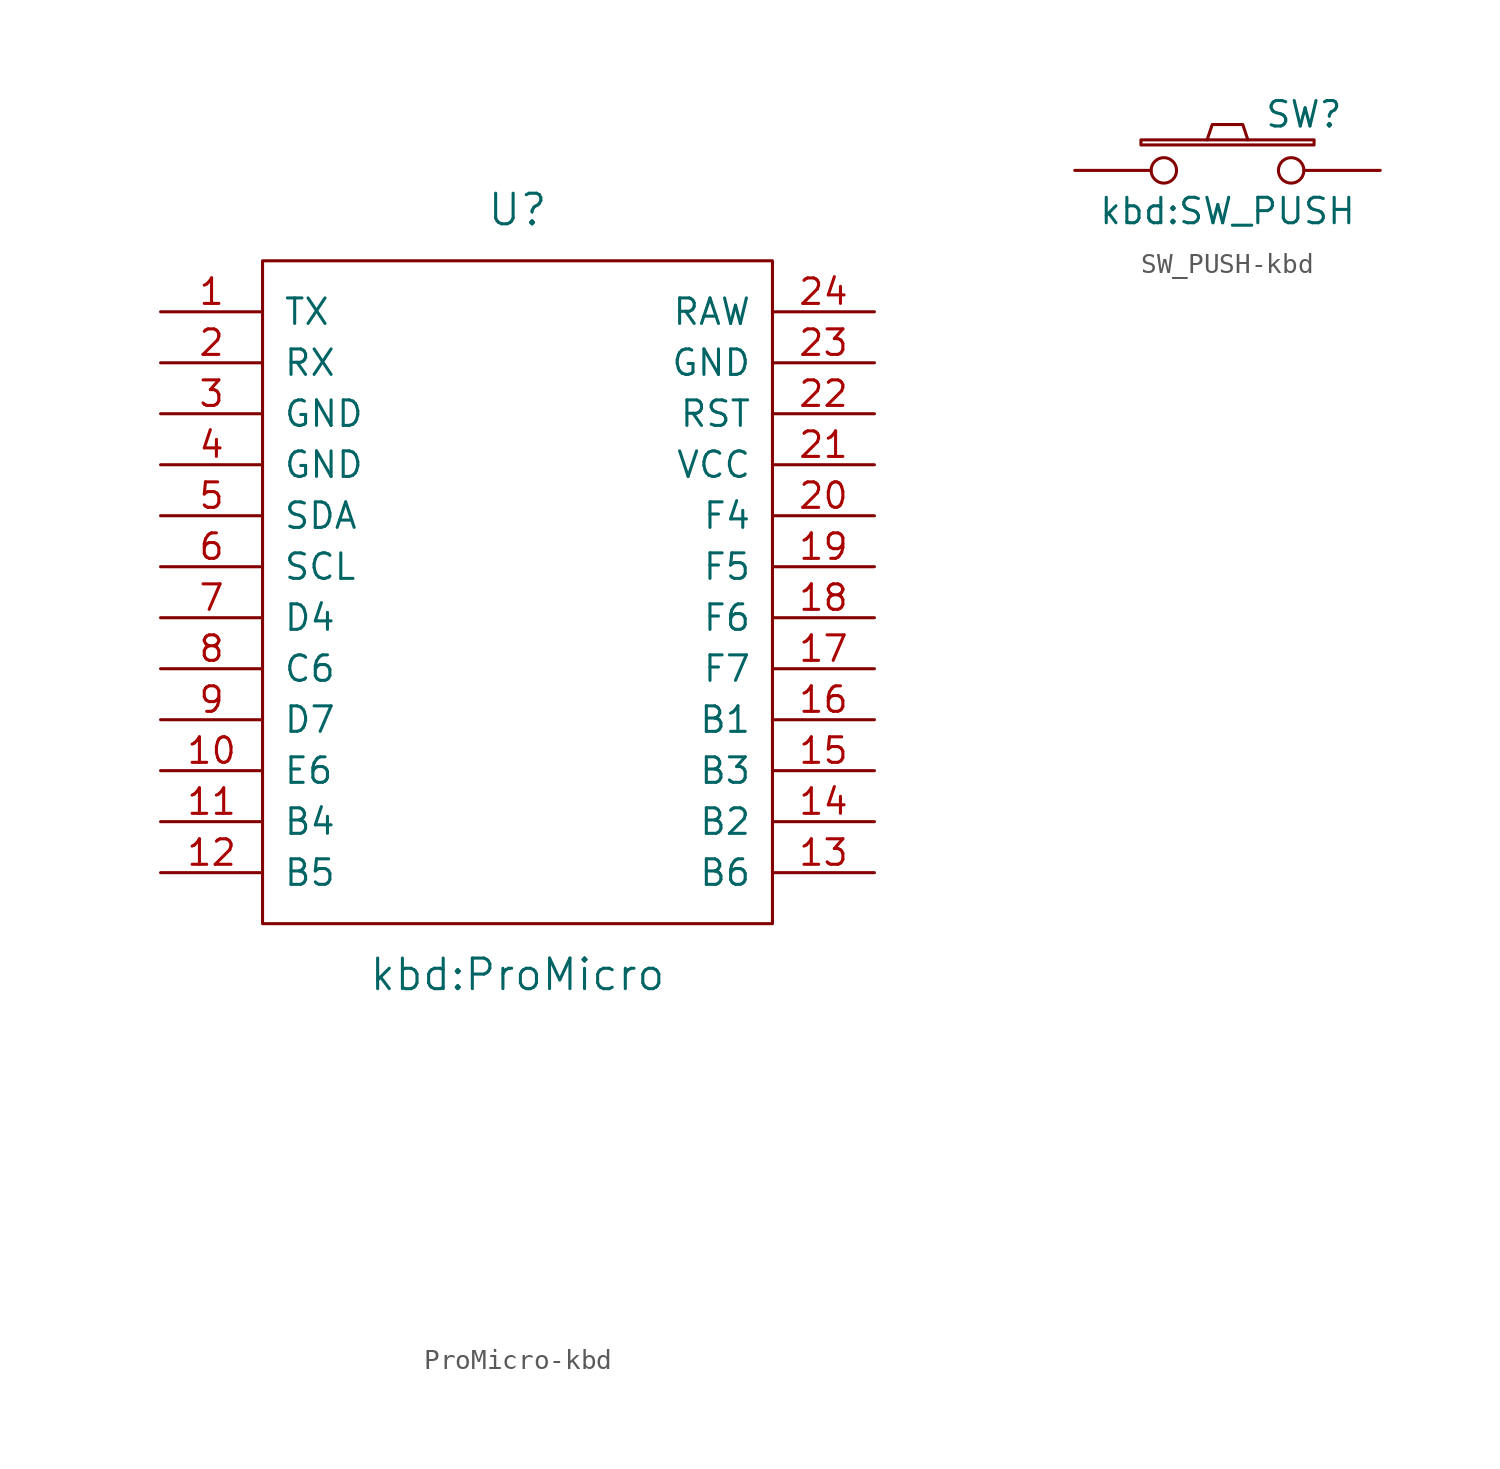
<source format=kicad_sym>
(kicad_symbol_lib
  (version 20220914)
  (generator kicad_symbol_editor)
  (symbol "ProMicro-kbd"
    (pin_names
      (offset 1.016))
    (property "Reference" "U"
      (at 0 24.13 0)
      (effects (font (size 1.524 1.524))))
    (property "Value" "kbd:ProMicro"
      (at 0 -13.97 0)
      (effects (font (size 1.524 1.524))))
    (property "Footprint" ""
      (at 2.54 -26.67 0)
      (effects (font (size 1.524 1.524))))
    (property "Datasheet" ""
      (at 2.54 -26.67 0)
      (effects (font (size 1.524 1.524))))
    (symbol "ProMicro-kbd_0_1"
      (rectangle (start -12.7 21.59) (end 12.7 -11.43) (stroke (width 0) (type solid)) (fill (type none))))
    (symbol "ProMicro-kbd_1_1"
      (pin bidirectional line (at -17.78 19.05 0) (length 5.08) (name "TX" (effects (font (size 1.27 1.27)))) (number "1" (effects (font (size 1.27 1.27)))))
      (pin bidirectional line (at -17.78 -3.81 0) (length 5.08) (name "E6" (effects (font (size 1.27 1.27)))) (number "10" (effects (font (size 1.27 1.27)))))
      (pin bidirectional line (at -17.78 -6.35 0) (length 5.08) (name "B4" (effects (font (size 1.27 1.27)))) (number "11" (effects (font (size 1.27 1.27)))))
      (pin bidirectional line (at -17.78 -8.89 0) (length 5.08) (name "B5" (effects (font (size 1.27 1.27)))) (number "12" (effects (font (size 1.27 1.27)))))
      (pin bidirectional line (at 17.78 -8.89 180) (length 5.08) (name "B6" (effects (font (size 1.27 1.27)))) (number "13" (effects (font (size 1.27 1.27)))))
      (pin bidirectional line (at 17.78 -6.35 180) (length 5.08) (name "B2" (effects (font (size 1.27 1.27)))) (number "14" (effects (font (size 1.27 1.27)))))
      (pin bidirectional line (at 17.78 -3.81 180) (length 5.08) (name "B3" (effects (font (size 1.27 1.27)))) (number "15" (effects (font (size 1.27 1.27)))))
      (pin bidirectional line (at 17.78 -1.27 180) (length 5.08) (name "B1" (effects (font (size 1.27 1.27)))) (number "16" (effects (font (size 1.27 1.27)))))
      (pin bidirectional line (at 17.78 1.27 180) (length 5.08) (name "F7" (effects (font (size 1.27 1.27)))) (number "17" (effects (font (size 1.27 1.27)))))
      (pin bidirectional line (at 17.78 3.81 180) (length 5.08) (name "F6" (effects (font (size 1.27 1.27)))) (number "18" (effects (font (size 1.27 1.27)))))
      (pin bidirectional line (at 17.78 6.35 180) (length 5.08) (name "F5" (effects (font (size 1.27 1.27)))) (number "19" (effects (font (size 1.27 1.27)))))
      (pin bidirectional line (at -17.78 16.51 0) (length 5.08) (name "RX" (effects (font (size 1.27 1.27)))) (number "2" (effects (font (size 1.27 1.27)))))
      (pin bidirectional line (at 17.78 8.89 180) (length 5.08) (name "F4" (effects (font (size 1.27 1.27)))) (number "20" (effects (font (size 1.27 1.27)))))
      (pin power_in line (at 17.78 11.43 180) (length 5.08) (name "VCC" (effects (font (size 1.27 1.27)))) (number "21" (effects (font (size 1.27 1.27)))))
      (pin input line (at 17.78 13.97 180) (length 5.08) (name "RST" (effects (font (size 1.27 1.27)))) (number "22" (effects (font (size 1.27 1.27)))))
      (pin power_in line (at 17.78 16.51 180) (length 5.08) (name "GND" (effects (font (size 1.27 1.27)))) (number "23" (effects (font (size 1.27 1.27)))))
      (pin power_out line (at 17.78 19.05 180) (length 5.08) (name "RAW" (effects (font (size 1.27 1.27)))) (number "24" (effects (font (size 1.27 1.27)))))
      (pin power_in line (at -17.78 13.97 0) (length 5.08) (name "GND" (effects (font (size 1.27 1.27)))) (number "3" (effects (font (size 1.27 1.27)))))
      (pin power_in line (at -17.78 11.43 0) (length 5.08) (name "GND" (effects (font (size 1.27 1.27)))) (number "4" (effects (font (size 1.27 1.27)))))
      (pin bidirectional line (at -17.78 8.89 0) (length 5.08) (name "SDA" (effects (font (size 1.27 1.27)))) (number "5" (effects (font (size 1.27 1.27)))))
      (pin bidirectional line (at -17.78 6.35 0) (length 5.08) (name "SCL" (effects (font (size 1.27 1.27)))) (number "6" (effects (font (size 1.27 1.27)))))
      (pin bidirectional line (at -17.78 3.81 0) (length 5.08) (name "D4" (effects (font (size 1.27 1.27)))) (number "7" (effects (font (size 1.27 1.27)))))
      (pin bidirectional line (at -17.78 1.27 0) (length 5.08) (name "C6" (effects (font (size 1.27 1.27)))) (number "8" (effects (font (size 1.27 1.27)))))
      (pin bidirectional line (at -17.78 -1.27 0) (length 5.08) (name "D7" (effects (font (size 1.27 1.27)))) (number "9" (effects (font (size 1.27 1.27)))))))
  (symbol "SW_PUSH-kbd"
    (pin_numbers hide)
    (pin_names
      (offset 1.016) hide)
    (property "Reference" "SW"
      (at 3.81 2.794 0)
      (effects (font (size 1.27 1.27))))
    (property "Value" "kbd:SW_PUSH"
      (at 0 -2.032 0)
      (effects (font (size 1.27 1.27))))
    (property "Footprint" ""
      (at 0 0 0)
      (effects (font (size 1.27 1.27))))
    (property "Datasheet" ""
      (at 0 0 0)
      (effects (font (size 1.27 1.27))))
    (symbol "SW_PUSH-kbd_0_1"
      (rectangle (start -4.318 1.27) (end 4.318 1.524) (stroke (width 0) (type solid)) (fill (type none)))
      (polyline (pts (xy -1.016 1.524) (xy -0.762 2.286) (xy 0.762 2.286) (xy 1.016 1.524)) (stroke (width 0) (type solid)) (fill (type none)))
      (pin passive inverted (at -7.62 0 0) (length 5.08) (name "1" (effects (font (size 1.27 1.27)))) (number "1" (effects (font (size 1.27 1.27)))))
      (pin passive inverted (at 7.62 0 180) (length 5.08) (name "2" (effects (font (size 1.27 1.27)))) (number "2" (effects (font (size 1.27 1.27))))))))
</source>
